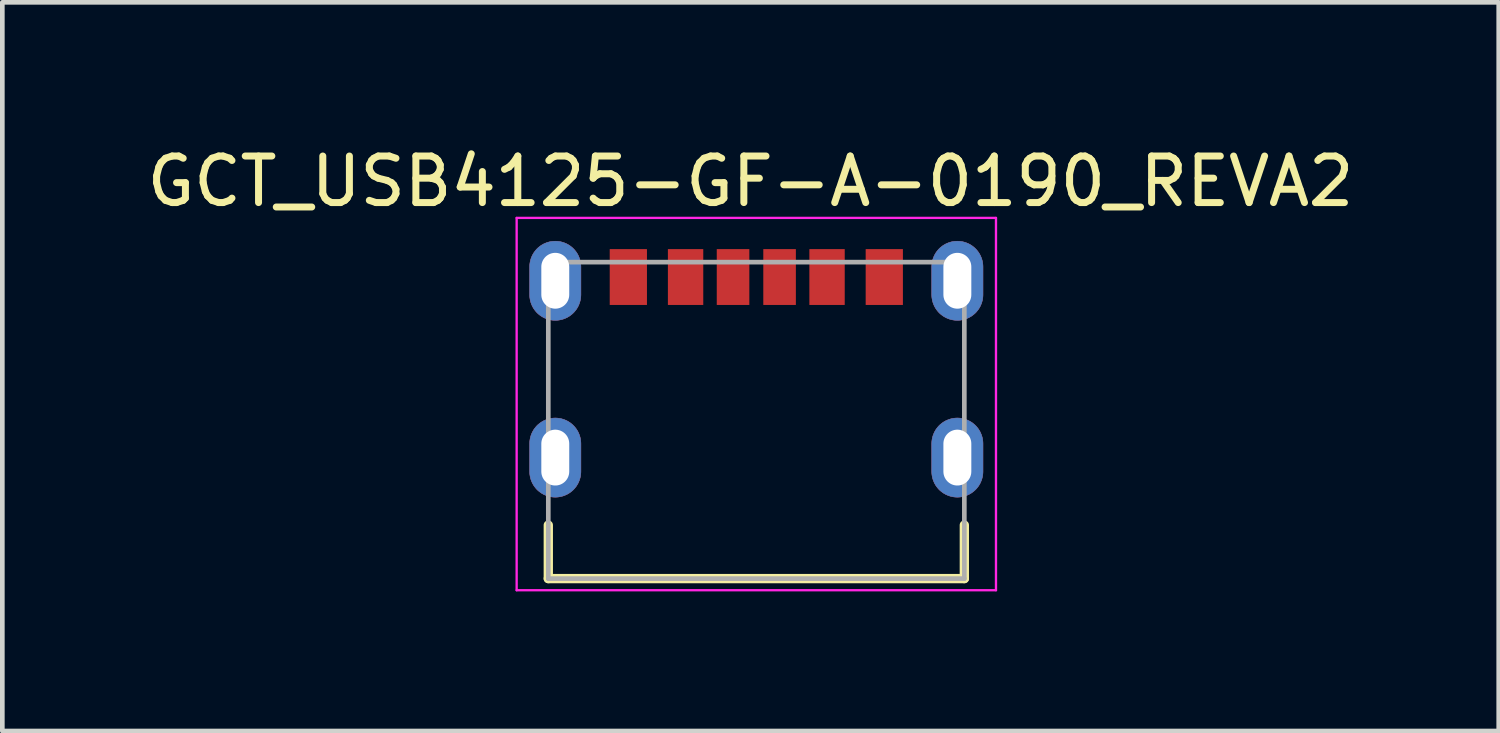
<source format=kicad_pcb>
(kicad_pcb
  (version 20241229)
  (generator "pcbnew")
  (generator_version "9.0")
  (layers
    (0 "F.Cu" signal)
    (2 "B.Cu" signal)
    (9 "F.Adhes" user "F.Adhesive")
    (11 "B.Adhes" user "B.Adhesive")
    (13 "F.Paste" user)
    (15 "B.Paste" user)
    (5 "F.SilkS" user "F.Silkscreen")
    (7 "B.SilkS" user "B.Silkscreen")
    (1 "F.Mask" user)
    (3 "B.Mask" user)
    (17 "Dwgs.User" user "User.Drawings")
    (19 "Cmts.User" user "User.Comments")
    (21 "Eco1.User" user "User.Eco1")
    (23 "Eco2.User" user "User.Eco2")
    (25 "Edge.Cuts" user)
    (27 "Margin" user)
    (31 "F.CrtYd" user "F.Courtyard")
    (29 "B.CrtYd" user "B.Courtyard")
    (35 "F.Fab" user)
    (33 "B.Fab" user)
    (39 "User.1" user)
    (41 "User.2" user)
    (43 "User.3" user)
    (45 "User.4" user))
  (footprint "GCT_USB4125-GF-A-0190_REVA2"
    (layer "F.Cu")
    (at 13.202 5.983)
    (property "Reference" "GCT_USB4125-GF-A-0190_REVA2" (at -0.125 -5.135 0) (layer "F.SilkS") (effects (font (size 1 1) (thickness 0.15))))
    (attr through_hole)
    (fp_poly (pts (xy -4.32 -3.85) (xy -4.349 -3.849) (xy -4.377 -3.847) (xy -4.406 -3.843) (xy -4.434 -3.838) (xy -4.462 -3.831) (xy -4.49 -3.823) (xy -4.517 -3.813) (xy -4.544 -3.802) (xy -4.57 -3.79) (xy -4.595 -3.776) (xy -4.62 -3.761) (xy -4.643 -3.745) (xy -4.666 -3.727) (xy -4.688 -3.709) (xy -4.709 -3.689) (xy -4.729 -3.668) (xy -4.747 -3.646) (xy -4.765 -3.623) (xy -4.781 -3.6) (xy -4.796 -3.575) (xy -4.81 -3.55) (xy -4.822 -3.524) (xy -4.833 -3.497) (xy -4.843 -3.47) (xy -4.851 -3.442) (xy -4.858 -3.414) (xy -4.863 -3.386) (xy -4.867 -3.357) (xy -4.869 -3.329) (xy -4.87 -3.3) (xy -4.87 -2.7) (xy -4.869 -2.671) (xy -4.867 -2.643) (xy -4.863 -2.614) (xy -4.858 -2.586) (xy -4.851 -2.558) (xy -4.843 -2.53) (xy -4.833 -2.503) (xy -4.822 -2.476) (xy -4.81 -2.45) (xy -4.796 -2.425) (xy -4.781 -2.4) (xy -4.765 -2.377) (xy -4.747 -2.354) (xy -4.729 -2.332) (xy -4.709 -2.311) (xy -4.688 -2.291) (xy -4.666 -2.273) (xy -4.643 -2.255) (xy -4.62 -2.239) (xy -4.595 -2.224) (xy -4.57 -2.21) (xy -4.544 -2.198) (xy -4.517 -2.187) (xy -4.49 -2.177) (xy -4.462 -2.169) (xy -4.434 -2.162) (xy -4.406 -2.157) (xy -4.377 -2.153) (xy -4.349 -2.151) (xy -4.32 -2.15) (xy -4.291 -2.151) (xy -4.263 -2.153) (xy -4.234 -2.157) (xy -4.206 -2.162) (xy -4.178 -2.169) (xy -4.15 -2.177) (xy -4.123 -2.187) (xy -4.096 -2.198) (xy -4.07 -2.21) (xy -4.045 -2.224) (xy -4.02 -2.239) (xy -3.997 -2.255) (xy -3.974 -2.273) (xy -3.952 -2.291) (xy -3.931 -2.311) (xy -3.911 -2.332) (xy -3.893 -2.354) (xy -3.875 -2.377) (xy -3.859 -2.4) (xy -3.844 -2.425) (xy -3.83 -2.45) (xy -3.818 -2.476) (xy -3.807 -2.503) (xy -3.797 -2.53) (xy -3.789 -2.558) (xy -3.782 -2.586) (xy -3.777 -2.614) (xy -3.773 -2.643) (xy -3.771 -2.671) (xy -3.77 -2.7) (xy -3.77 -3.3) (xy -3.771 -3.329) (xy -3.773 -3.357) (xy -3.777 -3.386) (xy -3.782 -3.414) (xy -3.789 -3.442) (xy -3.797 -3.47) (xy -3.807 -3.497) (xy -3.818 -3.524) (xy -3.83 -3.55) (xy -3.844 -3.575) (xy -3.859 -3.6) (xy -3.875 -3.623) (xy -3.893 -3.646) (xy -3.911 -3.668) (xy -3.931 -3.689) (xy -3.952 -3.709) (xy -3.974 -3.727) (xy -3.997 -3.745) (xy -4.02 -3.761) (xy -4.045 -3.776) (xy -4.07 -3.79) (xy -4.096 -3.802) (xy -4.123 -3.813) (xy -4.15 -3.823) (xy -4.178 -3.831) (xy -4.206 -3.838) (xy -4.234 -3.843) (xy -4.263 -3.847) (xy -4.291 -3.849) (xy -4.32 -3.85)) (stroke (width 0.01) (type solid)) (fill yes) (layer "F.Cu"))
    (fp_poly (pts (xy -4.32 -0.05) (xy -4.349 -0.049) (xy -4.377 -0.047) (xy -4.406 -0.043) (xy -4.434 -0.038) (xy -4.462 -0.031) (xy -4.49 -0.023) (xy -4.517 -0.013) (xy -4.544 -0.002) (xy -4.57 0.01) (xy -4.595 0.024) (xy -4.62 0.039) (xy -4.643 0.055) (xy -4.666 0.073) (xy -4.688 0.091) (xy -4.709 0.111) (xy -4.729 0.132) (xy -4.747 0.154) (xy -4.765 0.177) (xy -4.781 0.2) (xy -4.796 0.225) (xy -4.81 0.25) (xy -4.822 0.276) (xy -4.833 0.303) (xy -4.843 0.33) (xy -4.851 0.358) (xy -4.858 0.386) (xy -4.863 0.414) (xy -4.867 0.443) (xy -4.869 0.471) (xy -4.87 0.5) (xy -4.87 1.1) (xy -4.869 1.129) (xy -4.867 1.157) (xy -4.863 1.186) (xy -4.858 1.214) (xy -4.851 1.242) (xy -4.843 1.27) (xy -4.833 1.297) (xy -4.822 1.324) (xy -4.81 1.35) (xy -4.796 1.375) (xy -4.781 1.4) (xy -4.765 1.423) (xy -4.747 1.446) (xy -4.729 1.468) (xy -4.709 1.489) (xy -4.688 1.509) (xy -4.666 1.527) (xy -4.643 1.545) (xy -4.62 1.561) (xy -4.595 1.576) (xy -4.57 1.59) (xy -4.544 1.602) (xy -4.517 1.613) (xy -4.49 1.623) (xy -4.462 1.631) (xy -4.434 1.638) (xy -4.406 1.643) (xy -4.377 1.647) (xy -4.349 1.649) (xy -4.32 1.65) (xy -4.291 1.649) (xy -4.263 1.647) (xy -4.234 1.643) (xy -4.206 1.638) (xy -4.178 1.631) (xy -4.15 1.623) (xy -4.123 1.613) (xy -4.096 1.602) (xy -4.07 1.59) (xy -4.045 1.576) (xy -4.02 1.561) (xy -3.997 1.545) (xy -3.974 1.527) (xy -3.952 1.509) (xy -3.931 1.489) (xy -3.911 1.468) (xy -3.893 1.446) (xy -3.875 1.423) (xy -3.859 1.4) (xy -3.844 1.375) (xy -3.83 1.35) (xy -3.818 1.324) (xy -3.807 1.297) (xy -3.797 1.27) (xy -3.789 1.242) (xy -3.782 1.214) (xy -3.777 1.186) (xy -3.773 1.157) (xy -3.771 1.129) (xy -3.77 1.1) (xy -3.77 0.5) (xy -3.771 0.471) (xy -3.773 0.443) (xy -3.777 0.414) (xy -3.782 0.386) (xy -3.789 0.358) (xy -3.797 0.33) (xy -3.807 0.303) (xy -3.818 0.276) (xy -3.83 0.25) (xy -3.844 0.225) (xy -3.859 0.2) (xy -3.875 0.177) (xy -3.893 0.154) (xy -3.911 0.132) (xy -3.931 0.111) (xy -3.952 0.091) (xy -3.974 0.073) (xy -3.997 0.055) (xy -4.02 0.039) (xy -4.045 0.024) (xy -4.07 0.01) (xy -4.096 -0.002) (xy -4.123 -0.013) (xy -4.15 -0.023) (xy -4.178 -0.031) (xy -4.206 -0.038) (xy -4.234 -0.043) (xy -4.263 -0.047) (xy -4.291 -0.049) (xy -4.32 -0.05)) (stroke (width 0.01) (type solid)) (fill yes) (layer "F.Cu"))
    (fp_poly (pts (xy 4.32 -3.85) (xy 4.291 -3.849) (xy 4.263 -3.847) (xy 4.234 -3.843) (xy 4.206 -3.838) (xy 4.178 -3.831) (xy 4.15 -3.823) (xy 4.123 -3.813) (xy 4.096 -3.802) (xy 4.07 -3.79) (xy 4.045 -3.776) (xy 4.02 -3.761) (xy 3.997 -3.745) (xy 3.974 -3.727) (xy 3.952 -3.709) (xy 3.931 -3.689) (xy 3.911 -3.668) (xy 3.893 -3.646) (xy 3.875 -3.623) (xy 3.859 -3.6) (xy 3.844 -3.575) (xy 3.83 -3.55) (xy 3.818 -3.524) (xy 3.807 -3.497) (xy 3.797 -3.47) (xy 3.789 -3.442) (xy 3.782 -3.414) (xy 3.777 -3.386) (xy 3.773 -3.357) (xy 3.771 -3.329) (xy 3.77 -3.3) (xy 3.77 -2.7) (xy 3.771 -2.671) (xy 3.773 -2.643) (xy 3.777 -2.614) (xy 3.782 -2.586) (xy 3.789 -2.558) (xy 3.797 -2.53) (xy 3.807 -2.503) (xy 3.818 -2.476) (xy 3.83 -2.45) (xy 3.844 -2.425) (xy 3.859 -2.4) (xy 3.875 -2.377) (xy 3.893 -2.354) (xy 3.911 -2.332) (xy 3.931 -2.311) (xy 3.952 -2.291) (xy 3.974 -2.273) (xy 3.997 -2.255) (xy 4.02 -2.239) (xy 4.045 -2.224) (xy 4.07 -2.21) (xy 4.096 -2.198) (xy 4.123 -2.187) (xy 4.15 -2.177) (xy 4.178 -2.169) (xy 4.206 -2.162) (xy 4.234 -2.157) (xy 4.263 -2.153) (xy 4.291 -2.151) (xy 4.32 -2.15) (xy 4.349 -2.151) (xy 4.377 -2.153) (xy 4.406 -2.157) (xy 4.434 -2.162) (xy 4.462 -2.169) (xy 4.49 -2.177) (xy 4.517 -2.187) (xy 4.544 -2.198) (xy 4.57 -2.21) (xy 4.595 -2.224) (xy 4.62 -2.239) (xy 4.643 -2.255) (xy 4.666 -2.273) (xy 4.688 -2.291) (xy 4.709 -2.311) (xy 4.729 -2.332) (xy 4.747 -2.354) (xy 4.765 -2.377) (xy 4.781 -2.4) (xy 4.796 -2.425) (xy 4.81 -2.45) (xy 4.822 -2.476) (xy 4.833 -2.503) (xy 4.843 -2.53) (xy 4.851 -2.558) (xy 4.858 -2.586) (xy 4.863 -2.614) (xy 4.867 -2.643) (xy 4.869 -2.671) (xy 4.87 -2.7) (xy 4.87 -3.3) (xy 4.869 -3.329) (xy 4.867 -3.357) (xy 4.863 -3.386) (xy 4.858 -3.414) (xy 4.851 -3.442) (xy 4.843 -3.47) (xy 4.833 -3.497) (xy 4.822 -3.524) (xy 4.81 -3.55) (xy 4.796 -3.575) (xy 4.781 -3.6) (xy 4.765 -3.623) (xy 4.747 -3.646) (xy 4.729 -3.668) (xy 4.709 -3.689) (xy 4.688 -3.709) (xy 4.666 -3.727) (xy 4.643 -3.745) (xy 4.62 -3.761) (xy 4.595 -3.776) (xy 4.57 -3.79) (xy 4.544 -3.802) (xy 4.517 -3.813) (xy 4.49 -3.823) (xy 4.462 -3.831) (xy 4.434 -3.838) (xy 4.406 -3.843) (xy 4.377 -3.847) (xy 4.349 -3.849) (xy 4.32 -3.85)) (stroke (width 0.01) (type solid)) (fill yes) (layer "F.Cu"))
    (fp_poly (pts (xy 4.32 -0.05) (xy 4.291 -0.049) (xy 4.263 -0.047) (xy 4.234 -0.043) (xy 4.206 -0.038) (xy 4.178 -0.031) (xy 4.15 -0.023) (xy 4.123 -0.013) (xy 4.096 -0.002) (xy 4.07 0.01) (xy 4.045 0.024) (xy 4.02 0.039) (xy 3.997 0.055) (xy 3.974 0.073) (xy 3.952 0.091) (xy 3.931 0.111) (xy 3.911 0.132) (xy 3.893 0.154) (xy 3.875 0.177) (xy 3.859 0.2) (xy 3.844 0.225) (xy 3.83 0.25) (xy 3.818 0.276) (xy 3.807 0.303) (xy 3.797 0.33) (xy 3.789 0.358) (xy 3.782 0.386) (xy 3.777 0.414) (xy 3.773 0.443) (xy 3.771 0.471) (xy 3.77 0.5) (xy 3.77 1.1) (xy 3.771 1.129) (xy 3.773 1.157) (xy 3.777 1.186) (xy 3.782 1.214) (xy 3.789 1.242) (xy 3.797 1.27) (xy 3.807 1.297) (xy 3.818 1.324) (xy 3.83 1.35) (xy 3.844 1.375) (xy 3.859 1.4) (xy 3.875 1.423) (xy 3.893 1.446) (xy 3.911 1.468) (xy 3.931 1.489) (xy 3.952 1.509) (xy 3.974 1.527) (xy 3.997 1.545) (xy 4.02 1.561) (xy 4.045 1.576) (xy 4.07 1.59) (xy 4.096 1.602) (xy 4.123 1.613) (xy 4.15 1.623) (xy 4.178 1.631) (xy 4.206 1.638) (xy 4.234 1.643) (xy 4.263 1.647) (xy 4.291 1.649) (xy 4.32 1.65) (xy 4.349 1.649) (xy 4.377 1.647) (xy 4.406 1.643) (xy 4.434 1.638) (xy 4.462 1.631) (xy 4.49 1.623) (xy 4.517 1.613) (xy 4.544 1.602) (xy 4.57 1.59) (xy 4.595 1.576) (xy 4.62 1.561) (xy 4.643 1.545) (xy 4.666 1.527) (xy 4.688 1.509) (xy 4.709 1.489) (xy 4.729 1.468) (xy 4.747 1.446) (xy 4.765 1.423) (xy 4.781 1.4) (xy 4.796 1.375) (xy 4.81 1.35) (xy 4.822 1.324) (xy 4.833 1.297) (xy 4.843 1.27) (xy 4.851 1.242) (xy 4.858 1.214) (xy 4.863 1.186) (xy 4.867 1.157) (xy 4.869 1.129) (xy 4.87 1.1) (xy 4.87 0.5) (xy 4.869 0.471) (xy 4.867 0.443) (xy 4.863 0.414) (xy 4.858 0.386) (xy 4.851 0.358) (xy 4.843 0.33) (xy 4.833 0.303) (xy 4.822 0.276) (xy 4.81 0.25) (xy 4.796 0.225) (xy 4.781 0.2) (xy 4.765 0.177) (xy 4.747 0.154) (xy 4.729 0.132) (xy 4.709 0.111) (xy 4.688 0.091) (xy 4.666 0.073) (xy 4.643 0.055) (xy 4.62 0.039) (xy 4.595 0.024) (xy 4.57 0.01) (xy 4.544 -0.002) (xy 4.517 -0.013) (xy 4.49 -0.023) (xy 4.462 -0.031) (xy 4.434 -0.038) (xy 4.406 -0.043) (xy 4.377 -0.047) (xy 4.349 -0.049) (xy 4.32 -0.05)) (stroke (width 0.01) (type solid)) (fill yes) (layer "F.Cu"))
    (fp_poly (pts (xy -4.32 -3.95) (xy -4.354 -3.949) (xy -4.388 -3.946) (xy -4.422 -3.942) (xy -4.455 -3.936) (xy -4.488 -3.928) (xy -4.521 -3.918) (xy -4.553 -3.907) (xy -4.584 -3.894) (xy -4.615 -3.879) (xy -4.645 -3.863) (xy -4.674 -3.845) (xy -4.702 -3.826) (xy -4.729 -3.805) (xy -4.755 -3.783) (xy -4.78 -3.76) (xy -4.803 -3.735) (xy -4.825 -3.709) (xy -4.846 -3.682) (xy -4.865 -3.654) (xy -4.883 -3.625) (xy -4.899 -3.595) (xy -4.914 -3.564) (xy -4.927 -3.533) (xy -4.938 -3.501) (xy -4.948 -3.468) (xy -4.956 -3.435) (xy -4.962 -3.402) (xy -4.966 -3.368) (xy -4.969 -3.334) (xy -4.97 -3.3) (xy -4.97 -2.7) (xy -4.969 -2.666) (xy -4.966 -2.632) (xy -4.962 -2.598) (xy -4.956 -2.565) (xy -4.948 -2.532) (xy -4.938 -2.499) (xy -4.927 -2.467) (xy -4.914 -2.436) (xy -4.899 -2.405) (xy -4.883 -2.375) (xy -4.865 -2.346) (xy -4.846 -2.318) (xy -4.825 -2.291) (xy -4.803 -2.265) (xy -4.78 -2.24) (xy -4.755 -2.217) (xy -4.729 -2.195) (xy -4.702 -2.174) (xy -4.674 -2.155) (xy -4.645 -2.137) (xy -4.615 -2.121) (xy -4.584 -2.106) (xy -4.553 -2.093) (xy -4.521 -2.082) (xy -4.488 -2.072) (xy -4.455 -2.064) (xy -4.422 -2.058) (xy -4.388 -2.054) (xy -4.354 -2.051) (xy -4.32 -2.05) (xy -4.286 -2.051) (xy -4.252 -2.054) (xy -4.218 -2.058) (xy -4.185 -2.064) (xy -4.152 -2.072) (xy -4.119 -2.082) (xy -4.087 -2.093) (xy -4.056 -2.106) (xy -4.025 -2.121) (xy -3.995 -2.137) (xy -3.966 -2.155) (xy -3.938 -2.174) (xy -3.911 -2.195) (xy -3.885 -2.217) (xy -3.86 -2.24) (xy -3.837 -2.265) (xy -3.815 -2.291) (xy -3.794 -2.318) (xy -3.775 -2.346) (xy -3.757 -2.375) (xy -3.741 -2.405) (xy -3.726 -2.436) (xy -3.713 -2.467) (xy -3.702 -2.499) (xy -3.692 -2.532) (xy -3.684 -2.565) (xy -3.678 -2.598) (xy -3.674 -2.632) (xy -3.671 -2.666) (xy -3.67 -2.7) (xy -3.67 -3.3) (xy -3.671 -3.334) (xy -3.674 -3.368) (xy -3.678 -3.402) (xy -3.684 -3.435) (xy -3.692 -3.468) (xy -3.702 -3.501) (xy -3.713 -3.533) (xy -3.726 -3.564) (xy -3.741 -3.595) (xy -3.757 -3.625) (xy -3.775 -3.654) (xy -3.794 -3.682) (xy -3.815 -3.709) (xy -3.837 -3.735) (xy -3.86 -3.76) (xy -3.885 -3.783) (xy -3.911 -3.805) (xy -3.938 -3.826) (xy -3.966 -3.845) (xy -3.995 -3.863) (xy -4.025 -3.879) (xy -4.056 -3.894) (xy -4.087 -3.907) (xy -4.119 -3.918) (xy -4.152 -3.928) (xy -4.185 -3.936) (xy -4.218 -3.942) (xy -4.252 -3.946) (xy -4.286 -3.949) (xy -4.32 -3.95)) (stroke (width 0.01) (type solid)) (fill yes) (layer "F.Mask"))
    (fp_poly (pts (xy -4.32 -0.15) (xy -4.354 -0.149) (xy -4.388 -0.146) (xy -4.422 -0.142) (xy -4.455 -0.136) (xy -4.488 -0.128) (xy -4.521 -0.118) (xy -4.553 -0.107) (xy -4.584 -0.094) (xy -4.615 -0.079) (xy -4.645 -0.063) (xy -4.674 -0.045) (xy -4.702 -0.026) (xy -4.729 -0.005) (xy -4.755 0.017) (xy -4.78 0.04) (xy -4.803 0.065) (xy -4.825 0.091) (xy -4.846 0.118) (xy -4.865 0.146) (xy -4.883 0.175) (xy -4.899 0.205) (xy -4.914 0.236) (xy -4.927 0.267) (xy -4.938 0.299) (xy -4.948 0.332) (xy -4.956 0.365) (xy -4.962 0.398) (xy -4.966 0.432) (xy -4.969 0.466) (xy -4.97 0.5) (xy -4.97 1.1) (xy -4.969 1.134) (xy -4.966 1.168) (xy -4.962 1.202) (xy -4.956 1.235) (xy -4.948 1.268) (xy -4.938 1.301) (xy -4.927 1.333) (xy -4.914 1.364) (xy -4.899 1.395) (xy -4.883 1.425) (xy -4.865 1.454) (xy -4.846 1.482) (xy -4.825 1.509) (xy -4.803 1.535) (xy -4.78 1.56) (xy -4.755 1.583) (xy -4.729 1.605) (xy -4.702 1.626) (xy -4.674 1.645) (xy -4.645 1.663) (xy -4.615 1.679) (xy -4.584 1.694) (xy -4.553 1.707) (xy -4.521 1.718) (xy -4.488 1.728) (xy -4.455 1.736) (xy -4.422 1.742) (xy -4.388 1.746) (xy -4.354 1.749) (xy -4.32 1.75) (xy -4.286 1.749) (xy -4.252 1.746) (xy -4.218 1.742) (xy -4.185 1.736) (xy -4.152 1.728) (xy -4.119 1.718) (xy -4.087 1.707) (xy -4.056 1.694) (xy -4.025 1.679) (xy -3.995 1.663) (xy -3.966 1.645) (xy -3.938 1.626) (xy -3.911 1.605) (xy -3.885 1.583) (xy -3.86 1.56) (xy -3.837 1.535) (xy -3.815 1.509) (xy -3.794 1.482) (xy -3.775 1.454) (xy -3.757 1.425) (xy -3.741 1.395) (xy -3.726 1.364) (xy -3.713 1.333) (xy -3.702 1.301) (xy -3.692 1.268) (xy -3.684 1.235) (xy -3.678 1.202) (xy -3.674 1.168) (xy -3.671 1.134) (xy -3.67 1.1) (xy -3.67 0.5) (xy -3.671 0.466) (xy -3.674 0.432) (xy -3.678 0.398) (xy -3.684 0.365) (xy -3.692 0.332) (xy -3.702 0.299) (xy -3.713 0.267) (xy -3.726 0.236) (xy -3.741 0.205) (xy -3.757 0.175) (xy -3.775 0.146) (xy -3.794 0.118) (xy -3.815 0.091) (xy -3.837 0.065) (xy -3.86 0.04) (xy -3.885 0.017) (xy -3.911 -0.005) (xy -3.938 -0.026) (xy -3.966 -0.045) (xy -3.995 -0.063) (xy -4.025 -0.079) (xy -4.056 -0.094) (xy -4.087 -0.107) (xy -4.119 -0.118) (xy -4.152 -0.128) (xy -4.185 -0.136) (xy -4.218 -0.142) (xy -4.252 -0.146) (xy -4.286 -0.149) (xy -4.32 -0.15)) (stroke (width 0.01) (type solid)) (fill yes) (layer "F.Mask"))
    (fp_poly (pts (xy 4.32 -3.95) (xy 4.286 -3.949) (xy 4.252 -3.946) (xy 4.218 -3.942) (xy 4.185 -3.936) (xy 4.152 -3.928) (xy 4.119 -3.918) (xy 4.087 -3.907) (xy 4.056 -3.894) (xy 4.025 -3.879) (xy 3.995 -3.863) (xy 3.966 -3.845) (xy 3.938 -3.826) (xy 3.911 -3.805) (xy 3.885 -3.783) (xy 3.86 -3.76) (xy 3.837 -3.735) (xy 3.815 -3.709) (xy 3.794 -3.682) (xy 3.775 -3.654) (xy 3.757 -3.625) (xy 3.741 -3.595) (xy 3.726 -3.564) (xy 3.713 -3.533) (xy 3.702 -3.501) (xy 3.692 -3.468) (xy 3.684 -3.435) (xy 3.678 -3.402) (xy 3.674 -3.368) (xy 3.671 -3.334) (xy 3.67 -3.3) (xy 3.67 -2.7) (xy 3.671 -2.666) (xy 3.674 -2.632) (xy 3.678 -2.598) (xy 3.684 -2.565) (xy 3.692 -2.532) (xy 3.702 -2.499) (xy 3.713 -2.467) (xy 3.726 -2.436) (xy 3.741 -2.405) (xy 3.757 -2.375) (xy 3.775 -2.346) (xy 3.794 -2.318) (xy 3.815 -2.291) (xy 3.837 -2.265) (xy 3.86 -2.24) (xy 3.885 -2.217) (xy 3.911 -2.195) (xy 3.938 -2.174) (xy 3.966 -2.155) (xy 3.995 -2.137) (xy 4.025 -2.121) (xy 4.056 -2.106) (xy 4.087 -2.093) (xy 4.119 -2.082) (xy 4.152 -2.072) (xy 4.185 -2.064) (xy 4.218 -2.058) (xy 4.252 -2.054) (xy 4.286 -2.051) (xy 4.32 -2.05) (xy 4.354 -2.051) (xy 4.388 -2.054) (xy 4.422 -2.058) (xy 4.455 -2.064) (xy 4.488 -2.072) (xy 4.521 -2.082) (xy 4.553 -2.093) (xy 4.584 -2.106) (xy 4.615 -2.121) (xy 4.645 -2.137) (xy 4.674 -2.155) (xy 4.702 -2.174) (xy 4.729 -2.195) (xy 4.755 -2.217) (xy 4.78 -2.24) (xy 4.803 -2.265) (xy 4.825 -2.291) (xy 4.846 -2.318) (xy 4.865 -2.346) (xy 4.883 -2.375) (xy 4.899 -2.405) (xy 4.914 -2.436) (xy 4.927 -2.467) (xy 4.938 -2.499) (xy 4.948 -2.532) (xy 4.956 -2.565) (xy 4.962 -2.598) (xy 4.966 -2.632) (xy 4.969 -2.666) (xy 4.97 -2.7) (xy 4.97 -3.3) (xy 4.969 -3.334) (xy 4.966 -3.368) (xy 4.962 -3.402) (xy 4.956 -3.435) (xy 4.948 -3.468) (xy 4.938 -3.501) (xy 4.927 -3.533) (xy 4.914 -3.564) (xy 4.899 -3.595) (xy 4.883 -3.625) (xy 4.865 -3.654) (xy 4.846 -3.682) (xy 4.825 -3.709) (xy 4.803 -3.735) (xy 4.78 -3.76) (xy 4.755 -3.783) (xy 4.729 -3.805) (xy 4.702 -3.826) (xy 4.674 -3.845) (xy 4.645 -3.863) (xy 4.615 -3.879) (xy 4.584 -3.894) (xy 4.553 -3.907) (xy 4.521 -3.918) (xy 4.488 -3.928) (xy 4.455 -3.936) (xy 4.422 -3.942) (xy 4.388 -3.946) (xy 4.354 -3.949) (xy 4.32 -3.95)) (stroke (width 0.01) (type solid)) (fill yes) (layer "F.Mask"))
    (fp_poly (pts (xy 4.32 -0.15) (xy 4.286 -0.149) (xy 4.252 -0.146) (xy 4.218 -0.142) (xy 4.185 -0.136) (xy 4.152 -0.128) (xy 4.119 -0.118) (xy 4.087 -0.107) (xy 4.056 -0.094) (xy 4.025 -0.079) (xy 3.995 -0.063) (xy 3.966 -0.045) (xy 3.938 -0.026) (xy 3.911 -0.005) (xy 3.885 0.017) (xy 3.86 0.04) (xy 3.837 0.065) (xy 3.815 0.091) (xy 3.794 0.118) (xy 3.775 0.146) (xy 3.757 0.175) (xy 3.741 0.205) (xy 3.726 0.236) (xy 3.713 0.267) (xy 3.702 0.299) (xy 3.692 0.332) (xy 3.684 0.365) (xy 3.678 0.398) (xy 3.674 0.432) (xy 3.671 0.466) (xy 3.67 0.5) (xy 3.67 1.1) (xy 3.671 1.134) (xy 3.674 1.168) (xy 3.678 1.202) (xy 3.684 1.235) (xy 3.692 1.268) (xy 3.702 1.301) (xy 3.713 1.333) (xy 3.726 1.364) (xy 3.741 1.395) (xy 3.757 1.425) (xy 3.775 1.454) (xy 3.794 1.482) (xy 3.815 1.509) (xy 3.837 1.535) (xy 3.86 1.56) (xy 3.885 1.583) (xy 3.911 1.605) (xy 3.938 1.626) (xy 3.966 1.645) (xy 3.995 1.663) (xy 4.025 1.679) (xy 4.056 1.694) (xy 4.087 1.707) (xy 4.119 1.718) (xy 4.152 1.728) (xy 4.185 1.736) (xy 4.218 1.742) (xy 4.252 1.746) (xy 4.286 1.749) (xy 4.32 1.75) (xy 4.354 1.749) (xy 4.388 1.746) (xy 4.422 1.742) (xy 4.455 1.736) (xy 4.488 1.728) (xy 4.521 1.718) (xy 4.553 1.707) (xy 4.584 1.694) (xy 4.615 1.679) (xy 4.645 1.663) (xy 4.674 1.645) (xy 4.702 1.626) (xy 4.729 1.605) (xy 4.755 1.583) (xy 4.78 1.56) (xy 4.803 1.535) (xy 4.825 1.509) (xy 4.846 1.482) (xy 4.865 1.454) (xy 4.883 1.425) (xy 4.899 1.395) (xy 4.914 1.364) (xy 4.927 1.333) (xy 4.938 1.301) (xy 4.948 1.268) (xy 4.956 1.235) (xy 4.962 1.202) (xy 4.966 1.168) (xy 4.969 1.134) (xy 4.97 1.1) (xy 4.97 0.5) (xy 4.969 0.466) (xy 4.966 0.432) (xy 4.962 0.398) (xy 4.956 0.365) (xy 4.948 0.332) (xy 4.938 0.299) (xy 4.927 0.267) (xy 4.914 0.236) (xy 4.899 0.205) (xy 4.883 0.175) (xy 4.865 0.146) (xy 4.846 0.118) (xy 4.825 0.091) (xy 4.803 0.065) (xy 4.78 0.04) (xy 4.755 0.017) (xy 4.729 -0.005) (xy 4.702 -0.026) (xy 4.674 -0.045) (xy 4.645 -0.063) (xy 4.615 -0.079) (xy 4.584 -0.094) (xy 4.553 -0.107) (xy 4.521 -0.118) (xy 4.488 -0.128) (xy 4.455 -0.136) (xy 4.422 -0.142) (xy 4.388 -0.146) (xy 4.354 -0.149) (xy 4.32 -0.15)) (stroke (width 0.01) (type solid)) (fill yes) (layer "F.Mask"))
    (fp_poly (pts (xy -4.32 -3.85) (xy -4.349 -3.849) (xy -4.377 -3.847) (xy -4.406 -3.843) (xy -4.434 -3.838) (xy -4.462 -3.831) (xy -4.49 -3.823) (xy -4.517 -3.813) (xy -4.544 -3.802) (xy -4.57 -3.79) (xy -4.595 -3.776) (xy -4.62 -3.761) (xy -4.643 -3.745) (xy -4.666 -3.727) (xy -4.688 -3.709) (xy -4.709 -3.689) (xy -4.729 -3.668) (xy -4.747 -3.646) (xy -4.765 -3.623) (xy -4.781 -3.6) (xy -4.796 -3.575) (xy -4.81 -3.55) (xy -4.822 -3.524) (xy -4.833 -3.497) (xy -4.843 -3.47) (xy -4.851 -3.442) (xy -4.858 -3.414) (xy -4.863 -3.386) (xy -4.867 -3.357) (xy -4.869 -3.329) (xy -4.87 -3.3) (xy -4.87 -2.7) (xy -4.869 -2.671) (xy -4.867 -2.643) (xy -4.863 -2.614) (xy -4.858 -2.586) (xy -4.851 -2.558) (xy -4.843 -2.53) (xy -4.833 -2.503) (xy -4.822 -2.476) (xy -4.81 -2.45) (xy -4.796 -2.425) (xy -4.781 -2.4) (xy -4.765 -2.377) (xy -4.747 -2.354) (xy -4.729 -2.332) (xy -4.709 -2.311) (xy -4.688 -2.291) (xy -4.666 -2.273) (xy -4.643 -2.255) (xy -4.62 -2.239) (xy -4.595 -2.224) (xy -4.57 -2.21) (xy -4.544 -2.198) (xy -4.517 -2.187) (xy -4.49 -2.177) (xy -4.462 -2.169) (xy -4.434 -2.162) (xy -4.406 -2.157) (xy -4.377 -2.153) (xy -4.349 -2.151) (xy -4.32 -2.15) (xy -4.291 -2.151) (xy -4.263 -2.153) (xy -4.234 -2.157) (xy -4.206 -2.162) (xy -4.178 -2.169) (xy -4.15 -2.177) (xy -4.123 -2.187) (xy -4.096 -2.198) (xy -4.07 -2.21) (xy -4.045 -2.224) (xy -4.02 -2.239) (xy -3.997 -2.255) (xy -3.974 -2.273) (xy -3.952 -2.291) (xy -3.931 -2.311) (xy -3.911 -2.332) (xy -3.893 -2.354) (xy -3.875 -2.377) (xy -3.859 -2.4) (xy -3.844 -2.425) (xy -3.83 -2.45) (xy -3.818 -2.476) (xy -3.807 -2.503) (xy -3.797 -2.53) (xy -3.789 -2.558) (xy -3.782 -2.586) (xy -3.777 -2.614) (xy -3.773 -2.643) (xy -3.771 -2.671) (xy -3.77 -2.7) (xy -3.77 -3.3) (xy -3.771 -3.329) (xy -3.773 -3.357) (xy -3.777 -3.386) (xy -3.782 -3.414) (xy -3.789 -3.442) (xy -3.797 -3.47) (xy -3.807 -3.497) (xy -3.818 -3.524) (xy -3.83 -3.55) (xy -3.844 -3.575) (xy -3.859 -3.6) (xy -3.875 -3.623) (xy -3.893 -3.646) (xy -3.911 -3.668) (xy -3.931 -3.689) (xy -3.952 -3.709) (xy -3.974 -3.727) (xy -3.997 -3.745) (xy -4.02 -3.761) (xy -4.045 -3.776) (xy -4.07 -3.79) (xy -4.096 -3.802) (xy -4.123 -3.813) (xy -4.15 -3.823) (xy -4.178 -3.831) (xy -4.206 -3.838) (xy -4.234 -3.843) (xy -4.263 -3.847) (xy -4.291 -3.849) (xy -4.32 -3.85)) (stroke (width 0.01) (type solid)) (fill yes) (layer "B.Cu"))
    (fp_poly (pts (xy -4.32 -0.05) (xy -4.349 -0.049) (xy -4.377 -0.047) (xy -4.406 -0.043) (xy -4.434 -0.038) (xy -4.462 -0.031) (xy -4.49 -0.023) (xy -4.517 -0.013) (xy -4.544 -0.002) (xy -4.57 0.01) (xy -4.595 0.024) (xy -4.62 0.039) (xy -4.643 0.055) (xy -4.666 0.073) (xy -4.688 0.091) (xy -4.709 0.111) (xy -4.729 0.132) (xy -4.747 0.154) (xy -4.765 0.177) (xy -4.781 0.2) (xy -4.796 0.225) (xy -4.81 0.25) (xy -4.822 0.276) (xy -4.833 0.303) (xy -4.843 0.33) (xy -4.851 0.358) (xy -4.858 0.386) (xy -4.863 0.414) (xy -4.867 0.443) (xy -4.869 0.471) (xy -4.87 0.5) (xy -4.87 1.1) (xy -4.869 1.129) (xy -4.867 1.157) (xy -4.863 1.186) (xy -4.858 1.214) (xy -4.851 1.242) (xy -4.843 1.27) (xy -4.833 1.297) (xy -4.822 1.324) (xy -4.81 1.35) (xy -4.796 1.375) (xy -4.781 1.4) (xy -4.765 1.423) (xy -4.747 1.446) (xy -4.729 1.468) (xy -4.709 1.489) (xy -4.688 1.509) (xy -4.666 1.527) (xy -4.643 1.545) (xy -4.62 1.561) (xy -4.595 1.576) (xy -4.57 1.59) (xy -4.544 1.602) (xy -4.517 1.613) (xy -4.49 1.623) (xy -4.462 1.631) (xy -4.434 1.638) (xy -4.406 1.643) (xy -4.377 1.647) (xy -4.349 1.649) (xy -4.32 1.65) (xy -4.291 1.649) (xy -4.263 1.647) (xy -4.234 1.643) (xy -4.206 1.638) (xy -4.178 1.631) (xy -4.15 1.623) (xy -4.123 1.613) (xy -4.096 1.602) (xy -4.07 1.59) (xy -4.045 1.576) (xy -4.02 1.561) (xy -3.997 1.545) (xy -3.974 1.527) (xy -3.952 1.509) (xy -3.931 1.489) (xy -3.911 1.468) (xy -3.893 1.446) (xy -3.875 1.423) (xy -3.859 1.4) (xy -3.844 1.375) (xy -3.83 1.35) (xy -3.818 1.324) (xy -3.807 1.297) (xy -3.797 1.27) (xy -3.789 1.242) (xy -3.782 1.214) (xy -3.777 1.186) (xy -3.773 1.157) (xy -3.771 1.129) (xy -3.77 1.1) (xy -3.77 0.5) (xy -3.771 0.471) (xy -3.773 0.443) (xy -3.777 0.414) (xy -3.782 0.386) (xy -3.789 0.358) (xy -3.797 0.33) (xy -3.807 0.303) (xy -3.818 0.276) (xy -3.83 0.25) (xy -3.844 0.225) (xy -3.859 0.2) (xy -3.875 0.177) (xy -3.893 0.154) (xy -3.911 0.132) (xy -3.931 0.111) (xy -3.952 0.091) (xy -3.974 0.073) (xy -3.997 0.055) (xy -4.02 0.039) (xy -4.045 0.024) (xy -4.07 0.01) (xy -4.096 -0.002) (xy -4.123 -0.013) (xy -4.15 -0.023) (xy -4.178 -0.031) (xy -4.206 -0.038) (xy -4.234 -0.043) (xy -4.263 -0.047) (xy -4.291 -0.049) (xy -4.32 -0.05)) (stroke (width 0.01) (type solid)) (fill yes) (layer "B.Cu"))
    (fp_poly (pts (xy 4.32 -3.85) (xy 4.291 -3.849) (xy 4.263 -3.847) (xy 4.234 -3.843) (xy 4.206 -3.838) (xy 4.178 -3.831) (xy 4.15 -3.823) (xy 4.123 -3.813) (xy 4.096 -3.802) (xy 4.07 -3.79) (xy 4.045 -3.776) (xy 4.02 -3.761) (xy 3.997 -3.745) (xy 3.974 -3.727) (xy 3.952 -3.709) (xy 3.931 -3.689) (xy 3.911 -3.668) (xy 3.893 -3.646) (xy 3.875 -3.623) (xy 3.859 -3.6) (xy 3.844 -3.575) (xy 3.83 -3.55) (xy 3.818 -3.524) (xy 3.807 -3.497) (xy 3.797 -3.47) (xy 3.789 -3.442) (xy 3.782 -3.414) (xy 3.777 -3.386) (xy 3.773 -3.357) (xy 3.771 -3.329) (xy 3.77 -3.3) (xy 3.77 -2.7) (xy 3.771 -2.671) (xy 3.773 -2.643) (xy 3.777 -2.614) (xy 3.782 -2.586) (xy 3.789 -2.558) (xy 3.797 -2.53) (xy 3.807 -2.503) (xy 3.818 -2.476) (xy 3.83 -2.45) (xy 3.844 -2.425) (xy 3.859 -2.4) (xy 3.875 -2.377) (xy 3.893 -2.354) (xy 3.911 -2.332) (xy 3.931 -2.311) (xy 3.952 -2.291) (xy 3.974 -2.273) (xy 3.997 -2.255) (xy 4.02 -2.239) (xy 4.045 -2.224) (xy 4.07 -2.21) (xy 4.096 -2.198) (xy 4.123 -2.187) (xy 4.15 -2.177) (xy 4.178 -2.169) (xy 4.206 -2.162) (xy 4.234 -2.157) (xy 4.263 -2.153) (xy 4.291 -2.151) (xy 4.32 -2.15) (xy 4.349 -2.151) (xy 4.377 -2.153) (xy 4.406 -2.157) (xy 4.434 -2.162) (xy 4.462 -2.169) (xy 4.49 -2.177) (xy 4.517 -2.187) (xy 4.544 -2.198) (xy 4.57 -2.21) (xy 4.595 -2.224) (xy 4.62 -2.239) (xy 4.643 -2.255) (xy 4.666 -2.273) (xy 4.688 -2.291) (xy 4.709 -2.311) (xy 4.729 -2.332) (xy 4.747 -2.354) (xy 4.765 -2.377) (xy 4.781 -2.4) (xy 4.796 -2.425) (xy 4.81 -2.45) (xy 4.822 -2.476) (xy 4.833 -2.503) (xy 4.843 -2.53) (xy 4.851 -2.558) (xy 4.858 -2.586) (xy 4.863 -2.614) (xy 4.867 -2.643) (xy 4.869 -2.671) (xy 4.87 -2.7) (xy 4.87 -3.3) (xy 4.869 -3.329) (xy 4.867 -3.357) (xy 4.863 -3.386) (xy 4.858 -3.414) (xy 4.851 -3.442) (xy 4.843 -3.47) (xy 4.833 -3.497) (xy 4.822 -3.524) (xy 4.81 -3.55) (xy 4.796 -3.575) (xy 4.781 -3.6) (xy 4.765 -3.623) (xy 4.747 -3.646) (xy 4.729 -3.668) (xy 4.709 -3.689) (xy 4.688 -3.709) (xy 4.666 -3.727) (xy 4.643 -3.745) (xy 4.62 -3.761) (xy 4.595 -3.776) (xy 4.57 -3.79) (xy 4.544 -3.802) (xy 4.517 -3.813) (xy 4.49 -3.823) (xy 4.462 -3.831) (xy 4.434 -3.838) (xy 4.406 -3.843) (xy 4.377 -3.847) (xy 4.349 -3.849) (xy 4.32 -3.85)) (stroke (width 0.01) (type solid)) (fill yes) (layer "B.Cu"))
    (fp_poly (pts (xy 4.32 -0.05) (xy 4.291 -0.049) (xy 4.263 -0.047) (xy 4.234 -0.043) (xy 4.206 -0.038) (xy 4.178 -0.031) (xy 4.15 -0.023) (xy 4.123 -0.013) (xy 4.096 -0.002) (xy 4.07 0.01) (xy 4.045 0.024) (xy 4.02 0.039) (xy 3.997 0.055) (xy 3.974 0.073) (xy 3.952 0.091) (xy 3.931 0.111) (xy 3.911 0.132) (xy 3.893 0.154) (xy 3.875 0.177) (xy 3.859 0.2) (xy 3.844 0.225) (xy 3.83 0.25) (xy 3.818 0.276) (xy 3.807 0.303) (xy 3.797 0.33) (xy 3.789 0.358) (xy 3.782 0.386) (xy 3.777 0.414) (xy 3.773 0.443) (xy 3.771 0.471) (xy 3.77 0.5) (xy 3.77 1.1) (xy 3.771 1.129) (xy 3.773 1.157) (xy 3.777 1.186) (xy 3.782 1.214) (xy 3.789 1.242) (xy 3.797 1.27) (xy 3.807 1.297) (xy 3.818 1.324) (xy 3.83 1.35) (xy 3.844 1.375) (xy 3.859 1.4) (xy 3.875 1.423) (xy 3.893 1.446) (xy 3.911 1.468) (xy 3.931 1.489) (xy 3.952 1.509) (xy 3.974 1.527) (xy 3.997 1.545) (xy 4.02 1.561) (xy 4.045 1.576) (xy 4.07 1.59) (xy 4.096 1.602) (xy 4.123 1.613) (xy 4.15 1.623) (xy 4.178 1.631) (xy 4.206 1.638) (xy 4.234 1.643) (xy 4.263 1.647) (xy 4.291 1.649) (xy 4.32 1.65) (xy 4.349 1.649) (xy 4.377 1.647) (xy 4.406 1.643) (xy 4.434 1.638) (xy 4.462 1.631) (xy 4.49 1.623) (xy 4.517 1.613) (xy 4.544 1.602) (xy 4.57 1.59) (xy 4.595 1.576) (xy 4.62 1.561) (xy 4.643 1.545) (xy 4.666 1.527) (xy 4.688 1.509) (xy 4.709 1.489) (xy 4.729 1.468) (xy 4.747 1.446) (xy 4.765 1.423) (xy 4.781 1.4) (xy 4.796 1.375) (xy 4.81 1.35) (xy 4.822 1.324) (xy 4.833 1.297) (xy 4.843 1.27) (xy 4.851 1.242) (xy 4.858 1.214) (xy 4.863 1.186) (xy 4.867 1.157) (xy 4.869 1.129) (xy 4.87 1.1) (xy 4.87 0.5) (xy 4.869 0.471) (xy 4.867 0.443) (xy 4.863 0.414) (xy 4.858 0.386) (xy 4.851 0.358) (xy 4.843 0.33) (xy 4.833 0.303) (xy 4.822 0.276) (xy 4.81 0.25) (xy 4.796 0.225) (xy 4.781 0.2) (xy 4.765 0.177) (xy 4.747 0.154) (xy 4.729 0.132) (xy 4.709 0.111) (xy 4.688 0.091) (xy 4.666 0.073) (xy 4.643 0.055) (xy 4.62 0.039) (xy 4.595 0.024) (xy 4.57 0.01) (xy 4.544 -0.002) (xy 4.517 -0.013) (xy 4.49 -0.023) (xy 4.462 -0.031) (xy 4.434 -0.038) (xy 4.406 -0.043) (xy 4.377 -0.047) (xy 4.349 -0.049) (xy 4.32 -0.05)) (stroke (width 0.01) (type solid)) (fill yes) (layer "B.Cu"))
    (fp_poly (pts (xy -4.32 -3.95) (xy -4.354 -3.949) (xy -4.388 -3.946) (xy -4.422 -3.942) (xy -4.455 -3.936) (xy -4.488 -3.928) (xy -4.521 -3.918) (xy -4.553 -3.907) (xy -4.584 -3.894) (xy -4.615 -3.879) (xy -4.645 -3.863) (xy -4.674 -3.845) (xy -4.702 -3.826) (xy -4.729 -3.805) (xy -4.755 -3.783) (xy -4.78 -3.76) (xy -4.803 -3.735) (xy -4.825 -3.709) (xy -4.846 -3.682) (xy -4.865 -3.654) (xy -4.883 -3.625) (xy -4.899 -3.595) (xy -4.914 -3.564) (xy -4.927 -3.533) (xy -4.938 -3.501) (xy -4.948 -3.468) (xy -4.956 -3.435) (xy -4.962 -3.402) (xy -4.966 -3.368) (xy -4.969 -3.334) (xy -4.97 -3.3) (xy -4.97 -2.7) (xy -4.969 -2.666) (xy -4.966 -2.632) (xy -4.962 -2.598) (xy -4.956 -2.565) (xy -4.948 -2.532) (xy -4.938 -2.499) (xy -4.927 -2.467) (xy -4.914 -2.436) (xy -4.899 -2.405) (xy -4.883 -2.375) (xy -4.865 -2.346) (xy -4.846 -2.318) (xy -4.825 -2.291) (xy -4.803 -2.265) (xy -4.78 -2.24) (xy -4.755 -2.217) (xy -4.729 -2.195) (xy -4.702 -2.174) (xy -4.674 -2.155) (xy -4.645 -2.137) (xy -4.615 -2.121) (xy -4.584 -2.106) (xy -4.553 -2.093) (xy -4.521 -2.082) (xy -4.488 -2.072) (xy -4.455 -2.064) (xy -4.422 -2.058) (xy -4.388 -2.054) (xy -4.354 -2.051) (xy -4.32 -2.05) (xy -4.286 -2.051) (xy -4.252 -2.054) (xy -4.218 -2.058) (xy -4.185 -2.064) (xy -4.152 -2.072) (xy -4.119 -2.082) (xy -4.087 -2.093) (xy -4.056 -2.106) (xy -4.025 -2.121) (xy -3.995 -2.137) (xy -3.966 -2.155) (xy -3.938 -2.174) (xy -3.911 -2.195) (xy -3.885 -2.217) (xy -3.86 -2.24) (xy -3.837 -2.265) (xy -3.815 -2.291) (xy -3.794 -2.318) (xy -3.775 -2.346) (xy -3.757 -2.375) (xy -3.741 -2.405) (xy -3.726 -2.436) (xy -3.713 -2.467) (xy -3.702 -2.499) (xy -3.692 -2.532) (xy -3.684 -2.565) (xy -3.678 -2.598) (xy -3.674 -2.632) (xy -3.671 -2.666) (xy -3.67 -2.7) (xy -3.67 -3.3) (xy -3.671 -3.334) (xy -3.674 -3.368) (xy -3.678 -3.402) (xy -3.684 -3.435) (xy -3.692 -3.468) (xy -3.702 -3.501) (xy -3.713 -3.533) (xy -3.726 -3.564) (xy -3.741 -3.595) (xy -3.757 -3.625) (xy -3.775 -3.654) (xy -3.794 -3.682) (xy -3.815 -3.709) (xy -3.837 -3.735) (xy -3.86 -3.76) (xy -3.885 -3.783) (xy -3.911 -3.805) (xy -3.938 -3.826) (xy -3.966 -3.845) (xy -3.995 -3.863) (xy -4.025 -3.879) (xy -4.056 -3.894) (xy -4.087 -3.907) (xy -4.119 -3.918) (xy -4.152 -3.928) (xy -4.185 -3.936) (xy -4.218 -3.942) (xy -4.252 -3.946) (xy -4.286 -3.949) (xy -4.32 -3.95)) (stroke (width 0.01) (type solid)) (fill yes) (layer "B.Mask"))
    (fp_poly (pts (xy -4.32 -0.15) (xy -4.354 -0.149) (xy -4.388 -0.146) (xy -4.422 -0.142) (xy -4.455 -0.136) (xy -4.488 -0.128) (xy -4.521 -0.118) (xy -4.553 -0.107) (xy -4.584 -0.094) (xy -4.615 -0.079) (xy -4.645 -0.063) (xy -4.674 -0.045) (xy -4.702 -0.026) (xy -4.729 -0.005) (xy -4.755 0.017) (xy -4.78 0.04) (xy -4.803 0.065) (xy -4.825 0.091) (xy -4.846 0.118) (xy -4.865 0.146) (xy -4.883 0.175) (xy -4.899 0.205) (xy -4.914 0.236) (xy -4.927 0.267) (xy -4.938 0.299) (xy -4.948 0.332) (xy -4.956 0.365) (xy -4.962 0.398) (xy -4.966 0.432) (xy -4.969 0.466) (xy -4.97 0.5) (xy -4.97 1.1) (xy -4.969 1.134) (xy -4.966 1.168) (xy -4.962 1.202) (xy -4.956 1.235) (xy -4.948 1.268) (xy -4.938 1.301) (xy -4.927 1.333) (xy -4.914 1.364) (xy -4.899 1.395) (xy -4.883 1.425) (xy -4.865 1.454) (xy -4.846 1.482) (xy -4.825 1.509) (xy -4.803 1.535) (xy -4.78 1.56) (xy -4.755 1.583) (xy -4.729 1.605) (xy -4.702 1.626) (xy -4.674 1.645) (xy -4.645 1.663) (xy -4.615 1.679) (xy -4.584 1.694) (xy -4.553 1.707) (xy -4.521 1.718) (xy -4.488 1.728) (xy -4.455 1.736) (xy -4.422 1.742) (xy -4.388 1.746) (xy -4.354 1.749) (xy -4.32 1.75) (xy -4.286 1.749) (xy -4.252 1.746) (xy -4.218 1.742) (xy -4.185 1.736) (xy -4.152 1.728) (xy -4.119 1.718) (xy -4.087 1.707) (xy -4.056 1.694) (xy -4.025 1.679) (xy -3.995 1.663) (xy -3.966 1.645) (xy -3.938 1.626) (xy -3.911 1.605) (xy -3.885 1.583) (xy -3.86 1.56) (xy -3.837 1.535) (xy -3.815 1.509) (xy -3.794 1.482) (xy -3.775 1.454) (xy -3.757 1.425) (xy -3.741 1.395) (xy -3.726 1.364) (xy -3.713 1.333) (xy -3.702 1.301) (xy -3.692 1.268) (xy -3.684 1.235) (xy -3.678 1.202) (xy -3.674 1.168) (xy -3.671 1.134) (xy -3.67 1.1) (xy -3.67 0.5) (xy -3.671 0.466) (xy -3.674 0.432) (xy -3.678 0.398) (xy -3.684 0.365) (xy -3.692 0.332) (xy -3.702 0.299) (xy -3.713 0.267) (xy -3.726 0.236) (xy -3.741 0.205) (xy -3.757 0.175) (xy -3.775 0.146) (xy -3.794 0.118) (xy -3.815 0.091) (xy -3.837 0.065) (xy -3.86 0.04) (xy -3.885 0.017) (xy -3.911 -0.005) (xy -3.938 -0.026) (xy -3.966 -0.045) (xy -3.995 -0.063) (xy -4.025 -0.079) (xy -4.056 -0.094) (xy -4.087 -0.107) (xy -4.119 -0.118) (xy -4.152 -0.128) (xy -4.185 -0.136) (xy -4.218 -0.142) (xy -4.252 -0.146) (xy -4.286 -0.149) (xy -4.32 -0.15)) (stroke (width 0.01) (type solid)) (fill yes) (layer "B.Mask"))
    (fp_poly (pts (xy 4.32 -3.95) (xy 4.286 -3.949) (xy 4.252 -3.946) (xy 4.218 -3.942) (xy 4.185 -3.936) (xy 4.152 -3.928) (xy 4.119 -3.918) (xy 4.087 -3.907) (xy 4.056 -3.894) (xy 4.025 -3.879) (xy 3.995 -3.863) (xy 3.966 -3.845) (xy 3.938 -3.826) (xy 3.911 -3.805) (xy 3.885 -3.783) (xy 3.86 -3.76) (xy 3.837 -3.735) (xy 3.815 -3.709) (xy 3.794 -3.682) (xy 3.775 -3.654) (xy 3.757 -3.625) (xy 3.741 -3.595) (xy 3.726 -3.564) (xy 3.713 -3.533) (xy 3.702 -3.501) (xy 3.692 -3.468) (xy 3.684 -3.435) (xy 3.678 -3.402) (xy 3.674 -3.368) (xy 3.671 -3.334) (xy 3.67 -3.3) (xy 3.67 -2.7) (xy 3.671 -2.666) (xy 3.674 -2.632) (xy 3.678 -2.598) (xy 3.684 -2.565) (xy 3.692 -2.532) (xy 3.702 -2.499) (xy 3.713 -2.467) (xy 3.726 -2.436) (xy 3.741 -2.405) (xy 3.757 -2.375) (xy 3.775 -2.346) (xy 3.794 -2.318) (xy 3.815 -2.291) (xy 3.837 -2.265) (xy 3.86 -2.24) (xy 3.885 -2.217) (xy 3.911 -2.195) (xy 3.938 -2.174) (xy 3.966 -2.155) (xy 3.995 -2.137) (xy 4.025 -2.121) (xy 4.056 -2.106) (xy 4.087 -2.093) (xy 4.119 -2.082) (xy 4.152 -2.072) (xy 4.185 -2.064) (xy 4.218 -2.058) (xy 4.252 -2.054) (xy 4.286 -2.051) (xy 4.32 -2.05) (xy 4.354 -2.051) (xy 4.388 -2.054) (xy 4.422 -2.058) (xy 4.455 -2.064) (xy 4.488 -2.072) (xy 4.521 -2.082) (xy 4.553 -2.093) (xy 4.584 -2.106) (xy 4.615 -2.121) (xy 4.645 -2.137) (xy 4.674 -2.155) (xy 4.702 -2.174) (xy 4.729 -2.195) (xy 4.755 -2.217) (xy 4.78 -2.24) (xy 4.803 -2.265) (xy 4.825 -2.291) (xy 4.846 -2.318) (xy 4.865 -2.346) (xy 4.883 -2.375) (xy 4.899 -2.405) (xy 4.914 -2.436) (xy 4.927 -2.467) (xy 4.938 -2.499) (xy 4.948 -2.532) (xy 4.956 -2.565) (xy 4.962 -2.598) (xy 4.966 -2.632) (xy 4.969 -2.666) (xy 4.97 -2.7) (xy 4.97 -3.3) (xy 4.969 -3.334) (xy 4.966 -3.368) (xy 4.962 -3.402) (xy 4.956 -3.435) (xy 4.948 -3.468) (xy 4.938 -3.501) (xy 4.927 -3.533) (xy 4.914 -3.564) (xy 4.899 -3.595) (xy 4.883 -3.625) (xy 4.865 -3.654) (xy 4.846 -3.682) (xy 4.825 -3.709) (xy 4.803 -3.735) (xy 4.78 -3.76) (xy 4.755 -3.783) (xy 4.729 -3.805) (xy 4.702 -3.826) (xy 4.674 -3.845) (xy 4.645 -3.863) (xy 4.615 -3.879) (xy 4.584 -3.894) (xy 4.553 -3.907) (xy 4.521 -3.918) (xy 4.488 -3.928) (xy 4.455 -3.936) (xy 4.422 -3.942) (xy 4.388 -3.946) (xy 4.354 -3.949) (xy 4.32 -3.95)) (stroke (width 0.01) (type solid)) (fill yes) (layer "B.Mask"))
    (fp_poly (pts (xy 4.32 -0.15) (xy 4.286 -0.149) (xy 4.252 -0.146) (xy 4.218 -0.142) (xy 4.185 -0.136) (xy 4.152 -0.128) (xy 4.119 -0.118) (xy 4.087 -0.107) (xy 4.056 -0.094) (xy 4.025 -0.079) (xy 3.995 -0.063) (xy 3.966 -0.045) (xy 3.938 -0.026) (xy 3.911 -0.005) (xy 3.885 0.017) (xy 3.86 0.04) (xy 3.837 0.065) (xy 3.815 0.091) (xy 3.794 0.118) (xy 3.775 0.146) (xy 3.757 0.175) (xy 3.741 0.205) (xy 3.726 0.236) (xy 3.713 0.267) (xy 3.702 0.299) (xy 3.692 0.332) (xy 3.684 0.365) (xy 3.678 0.398) (xy 3.674 0.432) (xy 3.671 0.466) (xy 3.67 0.5) (xy 3.67 1.1) (xy 3.671 1.134) (xy 3.674 1.168) (xy 3.678 1.202) (xy 3.684 1.235) (xy 3.692 1.268) (xy 3.702 1.301) (xy 3.713 1.333) (xy 3.726 1.364) (xy 3.741 1.395) (xy 3.757 1.425) (xy 3.775 1.454) (xy 3.794 1.482) (xy 3.815 1.509) (xy 3.837 1.535) (xy 3.86 1.56) (xy 3.885 1.583) (xy 3.911 1.605) (xy 3.938 1.626) (xy 3.966 1.645) (xy 3.995 1.663) (xy 4.025 1.679) (xy 4.056 1.694) (xy 4.087 1.707) (xy 4.119 1.718) (xy 4.152 1.728) (xy 4.185 1.736) (xy 4.218 1.742) (xy 4.252 1.746) (xy 4.286 1.749) (xy 4.32 1.75) (xy 4.354 1.749) (xy 4.388 1.746) (xy 4.422 1.742) (xy 4.455 1.736) (xy 4.488 1.728) (xy 4.521 1.718) (xy 4.553 1.707) (xy 4.584 1.694) (xy 4.615 1.679) (xy 4.645 1.663) (xy 4.674 1.645) (xy 4.702 1.626) (xy 4.729 1.605) (xy 4.755 1.583) (xy 4.78 1.56) (xy 4.803 1.535) (xy 4.825 1.509) (xy 4.846 1.482) (xy 4.865 1.454) (xy 4.883 1.425) (xy 4.899 1.395) (xy 4.914 1.364) (xy 4.927 1.333) (xy 4.938 1.301) (xy 4.948 1.268) (xy 4.956 1.235) (xy 4.962 1.202) (xy 4.966 1.168) (xy 4.969 1.134) (xy 4.97 1.1) (xy 4.97 0.5) (xy 4.969 0.466) (xy 4.966 0.432) (xy 4.962 0.398) (xy 4.956 0.365) (xy 4.948 0.332) (xy 4.938 0.299) (xy 4.927 0.267) (xy 4.914 0.236) (xy 4.899 0.205) (xy 4.883 0.175) (xy 4.865 0.146) (xy 4.846 0.118) (xy 4.825 0.091) (xy 4.803 0.065) (xy 4.78 0.04) (xy 4.755 0.017) (xy 4.729 -0.005) (xy 4.702 -0.026) (xy 4.674 -0.045) (xy 4.645 -0.063) (xy 4.615 -0.079) (xy 4.584 -0.094) (xy 4.553 -0.107) (xy 4.521 -0.118) (xy 4.488 -0.128) (xy 4.455 -0.136) (xy 4.422 -0.142) (xy 4.388 -0.146) (xy 4.354 -0.149) (xy 4.32 -0.15)) (stroke (width 0.01) (type solid)) (fill yes) (layer "B.Mask"))
    (fp_line (start -4.47 2.25) (end -4.47 3.4) (stroke (width 0.2) (type solid)) (layer "F.SilkS"))
    (fp_line (start -4.47 3.4) (end 4.47 3.4) (stroke (width 0.2) (type solid)) (layer "F.SilkS"))
    (fp_line (start 4.47 3.4) (end 4.47 2.25) (stroke (width 0.2) (type solid)) (layer "F.SilkS"))
    (fp_line (start -5.15 -4.35) (end 5.15 -4.35) (stroke (width 0.05) (type solid)) (layer "F.CrtYd"))
    (fp_line (start -5.15 3.65) (end -5.15 -4.35) (stroke (width 0.05) (type solid)) (layer "F.CrtYd"))
    (fp_line (start 5.15 -4.35) (end 5.15 3.65) (stroke (width 0.05) (type solid)) (layer "F.CrtYd"))
    (fp_line (start 5.15 3.65) (end -5.15 3.65) (stroke (width 0.05) (type solid)) (layer "F.CrtYd"))
    (fp_line (start -4.47 -3.4) (end 4.47 -3.4) (stroke (width 0.1) (type solid)) (layer "F.Fab"))
    (fp_line (start -4.47 3.4) (end -4.47 -3.4) (stroke (width 0.1) (type solid)) (layer "F.Fab"))
    (fp_line (start 4.47 -3.4) (end 4.47 3.4) (stroke (width 0.1) (type solid)) (layer "F.Fab"))
    (fp_line (start 4.47 3.4) (end -4.47 3.4) (stroke (width 0.1) (type solid)) (layer "F.Fab"))
    (pad "A5" smd rect (at -0.5 -3.08) (size 0.7 1.2) (layers "F.Cu" "F.Mask" "F.Paste"))
    (pad "A9" smd rect (at 1.52 -3.08) (size 0.76 1.2) (layers "F.Cu" "F.Mask" "F.Paste"))
    (pad "A12" smd rect (at 2.75 -3.08) (size 0.8 1.2) (layers "F.Cu" "F.Mask" "F.Paste"))
    (pad "B5" smd rect (at 0.5 -3.08) (size 0.7 1.2) (layers "F.Cu" "F.Mask" "F.Paste"))
    (pad "B9" smd rect (at -1.52 -3.08) (size 0.76 1.2) (layers "F.Cu" "F.Mask" "F.Paste"))
    (pad "B12" smd rect (at -2.75 -3.08) (size 0.8 1.2) (layers "F.Cu" "F.Mask" "F.Paste"))
    (pad "S1" thru_hole oval (at -4.32 -3) (size 0.8 1.6) (drill oval 0.6 1.2) (layers "*.Cu"))
    (pad "S2" thru_hole oval (at 4.32 -3) (size 0.8 1.6) (drill oval 0.6 1.2) (layers "*.Cu"))
    (pad "S3" thru_hole oval (at -4.32 0.8) (size 0.8 1.6) (drill oval 0.6 1.2) (layers "*.Cu"))
    (pad "S4" thru_hole oval (at 4.32 0.8) (size 0.8 1.6) (drill oval 0.6 1.2) (layers "*.Cu")))
  (gr_rect
    (start -3 -3)
    (end 29.155 12.658)
    (stroke (width 0.1) (type default))
    (fill no)
    (layer "Edge.Cuts")))
</source>
